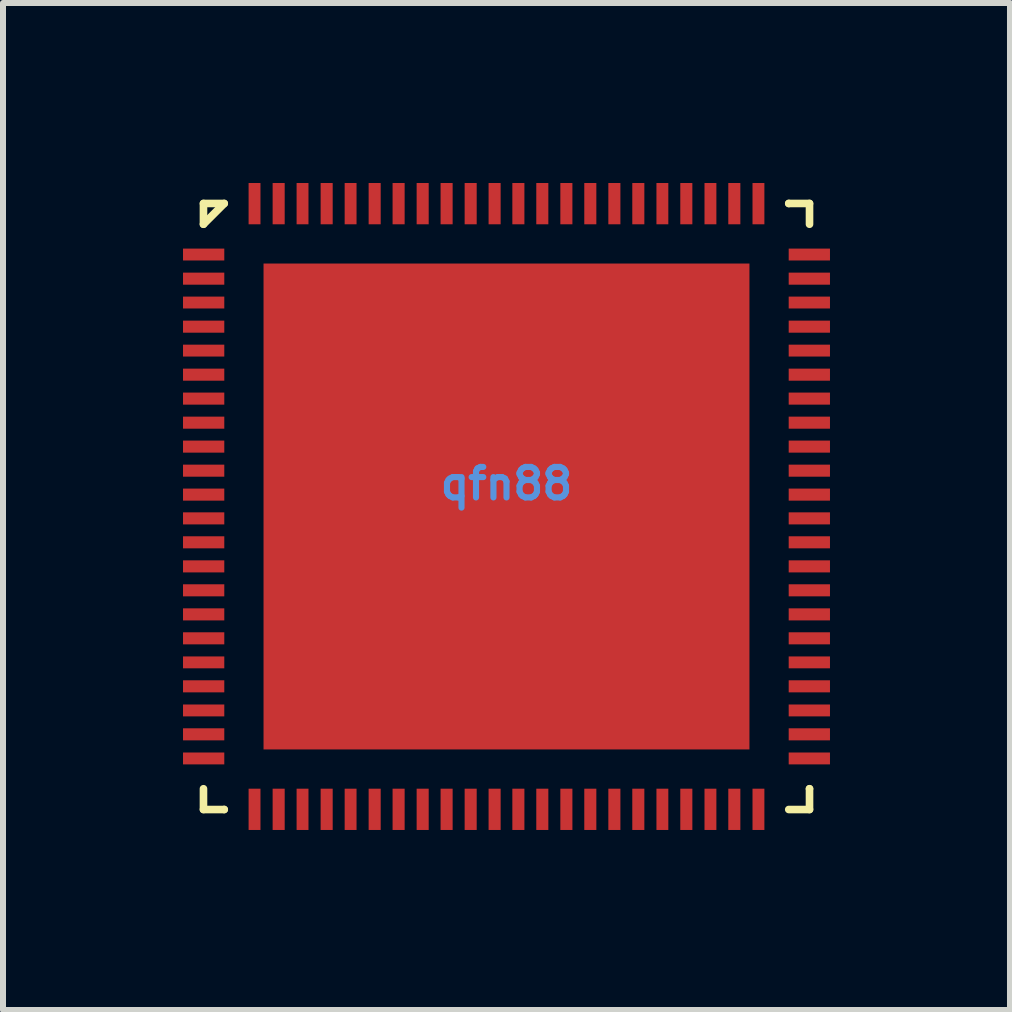
<source format=kicad_pcb>
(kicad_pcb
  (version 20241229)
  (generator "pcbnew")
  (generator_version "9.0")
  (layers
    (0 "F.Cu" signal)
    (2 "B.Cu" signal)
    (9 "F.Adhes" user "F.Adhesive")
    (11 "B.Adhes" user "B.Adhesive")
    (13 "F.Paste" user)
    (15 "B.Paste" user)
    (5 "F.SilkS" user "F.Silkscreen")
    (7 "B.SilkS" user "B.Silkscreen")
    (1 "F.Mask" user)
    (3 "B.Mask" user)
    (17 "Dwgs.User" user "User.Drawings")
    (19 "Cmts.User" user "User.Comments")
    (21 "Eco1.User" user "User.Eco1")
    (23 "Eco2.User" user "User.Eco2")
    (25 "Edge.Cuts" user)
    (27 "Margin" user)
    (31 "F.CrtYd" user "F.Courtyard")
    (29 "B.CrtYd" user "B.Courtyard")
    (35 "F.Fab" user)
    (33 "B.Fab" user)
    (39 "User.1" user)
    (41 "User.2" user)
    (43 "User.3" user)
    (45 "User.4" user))
  (footprint "qfn88"
    (layer "F.Cu")
    (at 5.391 5.391)
    (property "Reference" "qfn88" (at 0 -0.381 0) (layer "Cmts.User") (effects (font (size 0.508 0.508) (thickness 0.102))))
    (attr smd)
    (fp_line (start -5.05 -5.05) (end -5.05 -4.704) (stroke (width 0.127) (type solid)) (layer "F.SilkS"))
    (fp_line (start -5.05 -5.05) (end -4.704 -5.05) (stroke (width 0.127) (type solid)) (layer "F.SilkS"))
    (fp_line (start -5.05 -4.704) (end -4.704 -5.05) (stroke (width 0.127) (type solid)) (layer "F.SilkS"))
    (fp_line (start -5.05 5.05) (end -5.05 4.704) (stroke (width 0.127) (type solid)) (layer "F.SilkS"))
    (fp_line (start -5.05 5.05) (end -4.704 5.05) (stroke (width 0.127) (type solid)) (layer "F.SilkS"))
    (fp_line (start -4.704 5.05) (end -4.704 5.05) (stroke (width 0.127) (type solid)) (layer "F.SilkS"))
    (fp_line (start 4.704 -5.05) (end 4.704 -5.05) (stroke (width 0.127) (type solid)) (layer "F.SilkS"))
    (fp_line (start 5.05 -5.05) (end 4.704 -5.05) (stroke (width 0.127) (type solid)) (layer "F.SilkS"))
    (fp_line (start 5.05 -5.05) (end 5.05 -4.704) (stroke (width 0.127) (type solid)) (layer "F.SilkS"))
    (fp_line (start 5.05 4.704) (end 5.05 4.704) (stroke (width 0.127) (type solid)) (layer "F.SilkS"))
    (fp_line (start 5.05 5.05) (end 4.704 5.05) (stroke (width 0.127) (type solid)) (layer "F.SilkS"))
    (fp_line (start 5.05 5.05) (end 5.05 4.704) (stroke (width 0.127) (type solid)) (layer "F.SilkS"))
    (pad "" smd rect (at -0.597 -0.597) (size 0.749 0.749) (layers "F.Paste"))
    (pad "" smd rect (at -0.597 0.597) (size 0.749 0.749) (layers "F.Paste"))
    (pad "" smd rect (at 0.597 -0.597) (size 0.749 0.749) (layers "F.Paste"))
    (pad "" smd rect (at 0.597 0.597) (size 0.749 0.749) (layers "F.Paste"))
    (pad "1" smd rect (at -5.047 -4.199) (size 0.688 0.198) (layers "F.Cu" "F.Mask" "F.Paste"))
    (pad "2" smd rect (at -5.047 -3.797) (size 0.688 0.201) (layers "F.Cu" "F.Mask" "F.Paste"))
    (pad "3" smd rect (at -5.047 -3.399) (size 0.688 0.198) (layers "F.Cu" "F.Mask" "F.Paste"))
    (pad "4" smd rect (at -5.047 -2.997) (size 0.688 0.201) (layers "F.Cu" "F.Mask" "F.Paste"))
    (pad "5" smd rect (at -5.047 -2.598) (size 0.688 0.198) (layers "F.Cu" "F.Mask" "F.Paste"))
    (pad "6" smd rect (at -5.047 -2.197) (size 0.688 0.201) (layers "F.Cu" "F.Mask" "F.Paste"))
    (pad "7" smd rect (at -5.047 -1.798) (size 0.688 0.201) (layers "F.Cu" "F.Mask" "F.Paste"))
    (pad "8" smd rect (at -5.047 -1.397) (size 0.688 0.201) (layers "F.Cu" "F.Mask" "F.Paste"))
    (pad "9" smd rect (at -5.047 -0.998) (size 0.688 0.201) (layers "F.Cu" "F.Mask" "F.Paste"))
    (pad "10" smd rect (at -5.047 -0.597) (size 0.688 0.201) (layers "F.Cu" "F.Mask" "F.Paste"))
    (pad "11" smd rect (at -5.047 -0.198) (size 0.688 0.201) (layers "F.Cu" "F.Mask" "F.Paste"))
    (pad "12" smd rect (at -5.047 0.198) (size 0.688 0.201) (layers "F.Cu" "F.Mask" "F.Paste"))
    (pad "13" smd rect (at -5.047 0.597) (size 0.688 0.201) (layers "F.Cu" "F.Mask" "F.Paste"))
    (pad "14" smd rect (at -5.047 0.998) (size 0.688 0.201) (layers "F.Cu" "F.Mask" "F.Paste"))
    (pad "15" smd rect (at -5.047 1.397) (size 0.688 0.201) (layers "F.Cu" "F.Mask" "F.Paste"))
    (pad "16" smd rect (at -5.047 1.798) (size 0.688 0.201) (layers "F.Cu" "F.Mask" "F.Paste"))
    (pad "17" smd rect (at -5.047 2.197) (size 0.688 0.201) (layers "F.Cu" "F.Mask" "F.Paste"))
    (pad "18" smd rect (at -5.047 2.598) (size 0.688 0.198) (layers "F.Cu" "F.Mask" "F.Paste"))
    (pad "19" smd rect (at -5.047 2.997) (size 0.688 0.201) (layers "F.Cu" "F.Mask" "F.Paste"))
    (pad "20" smd rect (at -5.047 3.399) (size 0.688 0.198) (layers "F.Cu" "F.Mask" "F.Paste"))
    (pad "21" smd rect (at -5.047 3.797) (size 0.688 0.201) (layers "F.Cu" "F.Mask" "F.Paste"))
    (pad "22" smd rect (at -5.047 4.199) (size 0.688 0.198) (layers "F.Cu" "F.Mask" "F.Paste"))
    (pad "23" smd rect (at -4.199 5.047) (size 0.198 0.688) (layers "F.Cu" "F.Mask" "F.Paste"))
    (pad "24" smd rect (at -3.797 5.047) (size 0.201 0.688) (layers "F.Cu" "F.Mask" "F.Paste"))
    (pad "25" smd rect (at -3.399 5.047) (size 0.198 0.688) (layers "F.Cu" "F.Mask" "F.Paste"))
    (pad "26" smd rect (at -2.997 5.047) (size 0.201 0.688) (layers "F.Cu" "F.Mask" "F.Paste"))
    (pad "27" smd rect (at -2.598 5.047) (size 0.198 0.688) (layers "F.Cu" "F.Mask" "F.Paste"))
    (pad "28" smd rect (at -2.197 5.047) (size 0.201 0.688) (layers "F.Cu" "F.Mask" "F.Paste"))
    (pad "29" smd rect (at -1.798 5.047) (size 0.201 0.688) (layers "F.Cu" "F.Mask" "F.Paste"))
    (pad "30" smd rect (at -1.397 5.047) (size 0.201 0.688) (layers "F.Cu" "F.Mask" "F.Paste"))
    (pad "31" smd rect (at -0.998 5.047) (size 0.201 0.688) (layers "F.Cu" "F.Mask" "F.Paste"))
    (pad "32" smd rect (at -0.597 5.047) (size 0.201 0.688) (layers "F.Cu" "F.Mask" "F.Paste"))
    (pad "33" smd rect (at -0.198 5.047) (size 0.201 0.688) (layers "F.Cu" "F.Mask" "F.Paste"))
    (pad "34" smd rect (at 0.198 5.047) (size 0.201 0.688) (layers "F.Cu" "F.Mask" "F.Paste"))
    (pad "35" smd rect (at 0.597 5.047) (size 0.201 0.688) (layers "F.Cu" "F.Mask" "F.Paste"))
    (pad "36" smd rect (at 0.998 5.047) (size 0.201 0.688) (layers "F.Cu" "F.Mask" "F.Paste"))
    (pad "37" smd rect (at 1.397 5.047) (size 0.201 0.688) (layers "F.Cu" "F.Mask" "F.Paste"))
    (pad "38" smd rect (at 1.798 5.047) (size 0.201 0.688) (layers "F.Cu" "F.Mask" "F.Paste"))
    (pad "39" smd rect (at 2.197 5.047) (size 0.201 0.688) (layers "F.Cu" "F.Mask" "F.Paste"))
    (pad "40" smd rect (at 2.598 5.047) (size 0.198 0.688) (layers "F.Cu" "F.Mask" "F.Paste"))
    (pad "41" smd rect (at 2.997 5.047) (size 0.201 0.688) (layers "F.Cu" "F.Mask" "F.Paste"))
    (pad "42" smd rect (at 3.399 5.047) (size 0.198 0.688) (layers "F.Cu" "F.Mask" "F.Paste"))
    (pad "43" smd rect (at 3.797 5.047) (size 0.201 0.688) (layers "F.Cu" "F.Mask" "F.Paste"))
    (pad "44" smd rect (at 4.199 5.047) (size 0.198 0.688) (layers "F.Cu" "F.Mask" "F.Paste"))
    (pad "45" smd rect (at 5.047 4.199) (size 0.688 0.198) (layers "F.Cu" "F.Mask" "F.Paste"))
    (pad "46" smd rect (at 5.047 3.797) (size 0.688 0.201) (layers "F.Cu" "F.Mask" "F.Paste"))
    (pad "47" smd rect (at 5.047 3.399) (size 0.688 0.198) (layers "F.Cu" "F.Mask" "F.Paste"))
    (pad "48" smd rect (at 5.047 2.997) (size 0.688 0.201) (layers "F.Cu" "F.Mask" "F.Paste"))
    (pad "49" smd rect (at 5.047 2.598) (size 0.688 0.198) (layers "F.Cu" "F.Mask" "F.Paste"))
    (pad "50" smd rect (at 5.047 2.197) (size 0.688 0.201) (layers "F.Cu" "F.Mask" "F.Paste"))
    (pad "51" smd rect (at 5.047 1.798) (size 0.688 0.201) (layers "F.Cu" "F.Mask" "F.Paste"))
    (pad "52" smd rect (at 5.047 1.397) (size 0.688 0.201) (layers "F.Cu" "F.Mask" "F.Paste"))
    (pad "53" smd rect (at 5.047 0.998) (size 0.688 0.201) (layers "F.Cu" "F.Mask" "F.Paste"))
    (pad "54" smd rect (at 5.047 0.597) (size 0.688 0.201) (layers "F.Cu" "F.Mask" "F.Paste"))
    (pad "55" smd rect (at 5.047 0.198) (size 0.688 0.201) (layers "F.Cu" "F.Mask" "F.Paste"))
    (pad "56" smd rect (at 5.047 -0.198) (size 0.688 0.201) (layers "F.Cu" "F.Mask" "F.Paste"))
    (pad "57" smd rect (at 5.047 -0.597) (size 0.688 0.201) (layers "F.Cu" "F.Mask" "F.Paste"))
    (pad "58" smd rect (at 5.047 -0.998) (size 0.688 0.201) (layers "F.Cu" "F.Mask" "F.Paste"))
    (pad "59" smd rect (at 5.047 -1.397) (size 0.688 0.201) (layers "F.Cu" "F.Mask" "F.Paste"))
    (pad "60" smd rect (at 5.047 -1.798) (size 0.688 0.201) (layers "F.Cu" "F.Mask" "F.Paste"))
    (pad "61" smd rect (at 5.047 -2.197) (size 0.688 0.201) (layers "F.Cu" "F.Mask" "F.Paste"))
    (pad "62" smd rect (at 5.047 -2.598) (size 0.688 0.198) (layers "F.Cu" "F.Mask" "F.Paste"))
    (pad "63" smd rect (at 5.047 -2.997) (size 0.688 0.201) (layers "F.Cu" "F.Mask" "F.Paste"))
    (pad "64" smd rect (at 5.047 -3.399) (size 0.688 0.198) (layers "F.Cu" "F.Mask" "F.Paste"))
    (pad "65" smd rect (at 5.047 -3.797) (size 0.688 0.201) (layers "F.Cu" "F.Mask" "F.Paste"))
    (pad "66" smd rect (at 5.047 -4.199) (size 0.688 0.198) (layers "F.Cu" "F.Mask" "F.Paste"))
    (pad "67" smd rect (at 4.199 -5.047) (size 0.198 0.688) (layers "F.Cu" "F.Mask" "F.Paste"))
    (pad "68" smd rect (at 3.797 -5.047) (size 0.201 0.688) (layers "F.Cu" "F.Mask" "F.Paste"))
    (pad "69" smd rect (at 3.399 -5.047) (size 0.198 0.688) (layers "F.Cu" "F.Mask" "F.Paste"))
    (pad "70" smd rect (at 2.997 -5.047) (size 0.201 0.688) (layers "F.Cu" "F.Mask" "F.Paste"))
    (pad "71" smd rect (at 2.598 -5.047) (size 0.198 0.688) (layers "F.Cu" "F.Mask" "F.Paste"))
    (pad "72" smd rect (at 2.197 -5.047) (size 0.201 0.688) (layers "F.Cu" "F.Mask" "F.Paste"))
    (pad "73" smd rect (at 1.798 -5.047) (size 0.201 0.688) (layers "F.Cu" "F.Mask" "F.Paste"))
    (pad "74" smd rect (at 1.397 -5.047) (size 0.201 0.688) (layers "F.Cu" "F.Mask" "F.Paste"))
    (pad "75" smd rect (at 0.998 -5.047) (size 0.201 0.688) (layers "F.Cu" "F.Mask" "F.Paste"))
    (pad "76" smd rect (at 0.597 -5.047) (size 0.201 0.688) (layers "F.Cu" "F.Mask" "F.Paste"))
    (pad "77" smd rect (at 0.198 -5.047) (size 0.201 0.688) (layers "F.Cu" "F.Mask" "F.Paste"))
    (pad "78" smd rect (at -0.198 -5.047) (size 0.201 0.688) (layers "F.Cu" "F.Mask" "F.Paste"))
    (pad "79" smd rect (at -0.597 -5.047) (size 0.201 0.688) (layers "F.Cu" "F.Mask" "F.Paste"))
    (pad "80" smd rect (at -0.998 -5.047) (size 0.201 0.688) (layers "F.Cu" "F.Mask" "F.Paste"))
    (pad "81" smd rect (at -1.397 -5.047) (size 0.201 0.688) (layers "F.Cu" "F.Mask" "F.Paste"))
    (pad "82" smd rect (at -1.798 -5.047) (size 0.201 0.688) (layers "F.Cu" "F.Mask" "F.Paste"))
    (pad "83" smd rect (at -2.197 -5.047) (size 0.201 0.688) (layers "F.Cu" "F.Mask" "F.Paste"))
    (pad "84" smd rect (at -2.598 -5.047) (size 0.198 0.688) (layers "F.Cu" "F.Mask" "F.Paste"))
    (pad "85" smd rect (at -2.997 -5.047) (size 0.201 0.688) (layers "F.Cu" "F.Mask" "F.Paste"))
    (pad "86" smd rect (at -3.399 -5.047) (size 0.198 0.688) (layers "F.Cu" "F.Mask" "F.Paste"))
    (pad "87" smd rect (at -3.797 -5.047) (size 0.201 0.688) (layers "F.Cu" "F.Mask" "F.Paste"))
    (pad "88" smd rect (at -4.199 -5.047) (size 0.198 0.688) (layers "F.Cu" "F.Mask" "F.Paste"))
    (pad "89" smd rect (at 0 0) (size 8.098 8.098) (layers "F.Cu" "F.Mask")))
  (gr_rect
    (start -3 -3)
    (end 13.782 13.782)
    (stroke (width 0.1) (type default))
    (fill no)
    (layer "Edge.Cuts")))
</source>
